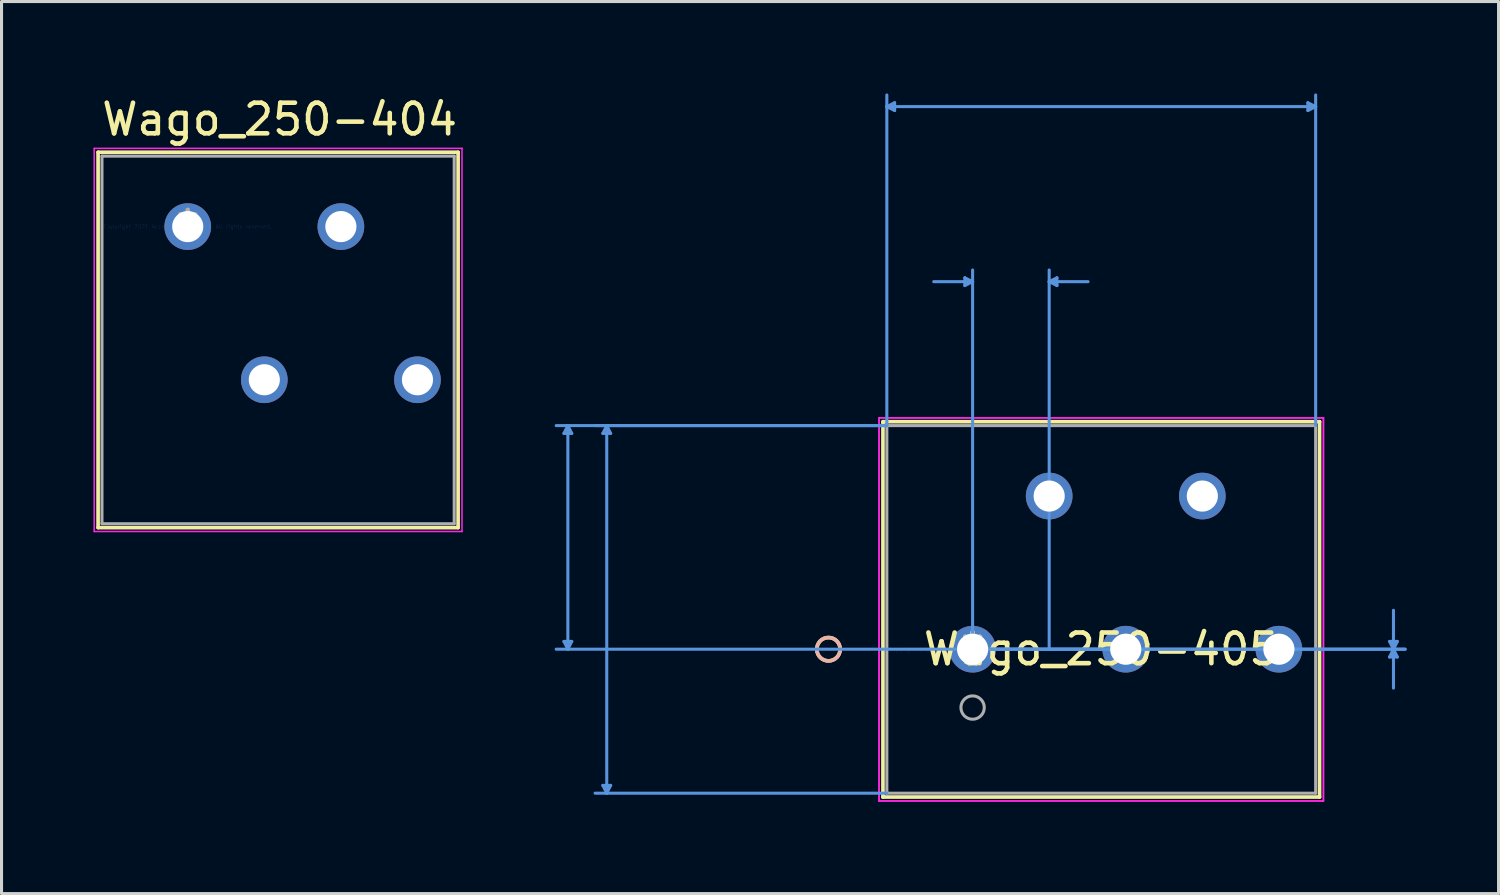
<source format=kicad_pcb>
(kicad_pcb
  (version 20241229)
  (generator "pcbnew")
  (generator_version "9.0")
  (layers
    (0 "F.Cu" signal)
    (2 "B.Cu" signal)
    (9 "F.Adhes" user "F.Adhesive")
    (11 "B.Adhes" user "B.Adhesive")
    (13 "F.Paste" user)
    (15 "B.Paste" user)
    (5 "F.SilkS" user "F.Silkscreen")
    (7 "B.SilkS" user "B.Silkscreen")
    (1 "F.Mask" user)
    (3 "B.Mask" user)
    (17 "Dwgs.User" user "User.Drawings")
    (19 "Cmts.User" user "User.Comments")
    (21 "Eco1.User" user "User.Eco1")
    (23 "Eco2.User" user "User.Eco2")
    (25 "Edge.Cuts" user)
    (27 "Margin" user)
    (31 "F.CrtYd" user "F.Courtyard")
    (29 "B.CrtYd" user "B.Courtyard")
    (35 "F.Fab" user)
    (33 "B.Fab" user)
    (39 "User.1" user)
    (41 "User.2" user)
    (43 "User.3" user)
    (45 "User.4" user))
  (footprint "Wago_250-404"
    (layer "F.Cu")
    (at 3.079 4.348)
    (property "Reference" "Wago_250-404" (at 3 -3.5 0) (layer "F.SilkS") (effects (font (size 1 1) (thickness 0.15))))
    (attr through_hole)
    (fp_line (start -2.927 -2.427) (end -2.927 9.827) (stroke (width 0.12) (type solid)) (layer "F.SilkS"))
    (fp_line (start -2.927 9.827) (end 8.827 9.827) (stroke (width 0.12) (type solid)) (layer "F.SilkS"))
    (fp_line (start 8.827 -2.427) (end -2.927 -2.427) (stroke (width 0.12) (type solid)) (layer "F.SilkS"))
    (fp_line (start 8.827 9.827) (end 8.827 -2.427) (stroke (width 0.12) (type solid)) (layer "F.SilkS"))
    (fp_line (start -3.054 -2.554) (end -3.054 9.954) (stroke (width 0.05) (type solid)) (layer "F.CrtYd"))
    (fp_line (start -3.054 9.954) (end 8.954 9.954) (stroke (width 0.05) (type solid)) (layer "F.CrtYd"))
    (fp_line (start 8.954 -2.554) (end -3.054 -2.554) (stroke (width 0.05) (type solid)) (layer "F.CrtYd"))
    (fp_line (start 8.954 9.954) (end 8.954 -2.554) (stroke (width 0.05) (type solid)) (layer "F.CrtYd"))
    (fp_line (start -2.8 -2.3) (end -2.8 9.7) (stroke (width 0.1) (type solid)) (layer "F.Fab"))
    (fp_line (start -2.8 9.7) (end 8.7 9.7) (stroke (width 0.1) (type solid)) (layer "F.Fab"))
    (fp_line (start 8.7 -2.3) (end -2.8 -2.3) (stroke (width 0.1) (type solid)) (layer "F.Fab"))
    (fp_line (start 8.7 9.7) (end 8.7 -2.3) (stroke (width 0.1) (type solid)) (layer "F.Fab"))
    (fp_text user "Copyright 2021 Accelerated Designs. All rights reserved." (at 0 0 0) (layer "Cmts.User") (effects (font (size 0.127 0.127) (thickness 0.002))))
    (fp_text user "*" (at 0 0 0) (layer "F.Fab") (effects (font (size 1 1) (thickness 0.15))))
    (pad "1" thru_hole circle (at 0 0) (size 1.524 1.524) (drill 1.016) (layers "*.Cu" "*.Mask"))
    (pad "2" thru_hole circle (at 2.5 5) (size 1.524 1.524) (drill 1.016) (layers "*.Cu" "*.Mask"))
    (pad "3" thru_hole circle (at 5 0) (size 1.524 1.524) (drill 1.016) (layers "*.Cu" "*.Mask"))
    (pad "4" thru_hole circle (at 7.5 5) (size 1.524 1.524) (drill 1.016) (layers "*.Cu" "*.Mask")))
  (footprint "Wago_250-405"
    (layer "F.Cu")
    (at 28.703 18.145)
    (property "Reference" "Wago_250-405" (at 4.2 0 0) (layer "F.SilkS") (effects (font (size 1 1) (thickness 0.15))))
    (attr through_hole)
    (fp_line (start -2.927 -7.427) (end -2.927 4.827) (stroke (width 0.12) (type solid)) (layer "F.SilkS"))
    (fp_line (start -2.927 4.827) (end 11.327 4.827) (stroke (width 0.12) (type solid)) (layer "F.SilkS"))
    (fp_line (start 11.327 -7.427) (end -2.927 -7.427) (stroke (width 0.12) (type solid)) (layer "F.SilkS"))
    (fp_line (start 11.327 4.827) (end 11.327 -7.427) (stroke (width 0.12) (type solid)) (layer "F.SilkS"))
    (fp_circle (center -4.705 0) (end -4.324 0) (stroke (width 0.12) (type solid)) (fill no) (layer "F.SilkS"))
    (fp_circle (center -4.705 0) (end -4.324 0) (stroke (width 0.12) (type solid)) (fill no) (layer "B.SilkS"))
    (fp_line (start -13.341 -7.046) (end -13.087 -7.046) (stroke (width 0.1) (type solid)) (layer "Cmts.User"))
    (fp_line (start -13.341 -0.254) (end -13.087 -0.254) (stroke (width 0.1) (type solid)) (layer "Cmts.User"))
    (fp_line (start -13.214 -7.3) (end -13.341 -7.046) (stroke (width 0.1) (type solid)) (layer "Cmts.User"))
    (fp_line (start -13.214 -7.3) (end -13.214 0) (stroke (width 0.1) (type solid)) (layer "Cmts.User"))
    (fp_line (start -13.214 -7.3) (end -13.087 -7.046) (stroke (width 0.1) (type solid)) (layer "Cmts.User"))
    (fp_line (start -13.214 0) (end -13.341 -0.254) (stroke (width 0.1) (type solid)) (layer "Cmts.User"))
    (fp_line (start -13.214 0) (end -13.087 -0.254) (stroke (width 0.1) (type solid)) (layer "Cmts.User"))
    (fp_line (start -12.071 -7.046) (end -11.817 -7.046) (stroke (width 0.1) (type solid)) (layer "Cmts.User"))
    (fp_line (start -12.071 4.446) (end -11.817 4.446) (stroke (width 0.1) (type solid)) (layer "Cmts.User"))
    (fp_line (start -11.944 -7.3) (end -12.071 -7.046) (stroke (width 0.1) (type solid)) (layer "Cmts.User"))
    (fp_line (start -11.944 -7.3) (end -11.944 4.7) (stroke (width 0.1) (type solid)) (layer "Cmts.User"))
    (fp_line (start -11.944 -7.3) (end -11.817 -7.046) (stroke (width 0.1) (type solid)) (layer "Cmts.User"))
    (fp_line (start -11.944 4.7) (end -12.071 4.446) (stroke (width 0.1) (type solid)) (layer "Cmts.User"))
    (fp_line (start -11.944 4.7) (end -11.817 4.446) (stroke (width 0.1) (type solid)) (layer "Cmts.User"))
    (fp_line (start -2.8 -17.714) (end -2.546 -17.841) (stroke (width 0.1) (type solid)) (layer "Cmts.User"))
    (fp_line (start -2.8 -17.714) (end -2.546 -17.587) (stroke (width 0.1) (type solid)) (layer "Cmts.User"))
    (fp_line (start -2.8 -17.714) (end 11.2 -17.714) (stroke (width 0.1) (type solid)) (layer "Cmts.User"))
    (fp_line (start -2.8 -7.3) (end -13.595 -7.3) (stroke (width 0.1) (type solid)) (layer "Cmts.User"))
    (fp_line (start -2.8 -7.3) (end -12.325 -7.3) (stroke (width 0.1) (type solid)) (layer "Cmts.User"))
    (fp_line (start -2.8 -7.3) (end -2.8 -18.095) (stroke (width 0.1) (type solid)) (layer "Cmts.User"))
    (fp_line (start -2.8 4.7) (end -12.325 4.7) (stroke (width 0.1) (type solid)) (layer "Cmts.User"))
    (fp_line (start -2.546 -17.841) (end -2.546 -17.587) (stroke (width 0.1) (type solid)) (layer "Cmts.User"))
    (fp_line (start -0.254 -12.126) (end -0.254 -11.872) (stroke (width 0.1) (type solid)) (layer "Cmts.User"))
    (fp_line (start 0 -11.999) (end -1.27 -11.999) (stroke (width 0.1) (type solid)) (layer "Cmts.User"))
    (fp_line (start 0 -11.999) (end -0.254 -12.126) (stroke (width 0.1) (type solid)) (layer "Cmts.User"))
    (fp_line (start 0 -11.999) (end -0.254 -11.872) (stroke (width 0.1) (type solid)) (layer "Cmts.User"))
    (fp_line (start 0 0) (end 0 -12.38) (stroke (width 0.1) (type solid)) (layer "Cmts.User"))
    (fp_line (start 0 0) (end 14.121 0) (stroke (width 0.1) (type solid)) (layer "Cmts.User"))
    (fp_line (start 0 0) (end 14.121 0) (stroke (width 0.1) (type solid)) (layer "Cmts.User"))
    (fp_line (start 2.5 -11.999) (end 2.754 -12.126) (stroke (width 0.1) (type solid)) (layer "Cmts.User"))
    (fp_line (start 2.5 -11.999) (end 2.754 -11.872) (stroke (width 0.1) (type solid)) (layer "Cmts.User"))
    (fp_line (start 2.5 -11.999) (end 3.77 -11.999) (stroke (width 0.1) (type solid)) (layer "Cmts.User"))
    (fp_line (start 2.5 0) (end 2.5 -12.38) (stroke (width 0.1) (type solid)) (layer "Cmts.User"))
    (fp_line (start 2.754 -12.126) (end 2.754 -11.872) (stroke (width 0.1) (type solid)) (layer "Cmts.User"))
    (fp_line (start 4.2 0) (end -13.595 0) (stroke (width 0.1) (type solid)) (layer "Cmts.User"))
    (fp_line (start 10.946 -17.841) (end 10.946 -17.587) (stroke (width 0.1) (type solid)) (layer "Cmts.User"))
    (fp_line (start 11.2 -17.714) (end 10.946 -17.841) (stroke (width 0.1) (type solid)) (layer "Cmts.User"))
    (fp_line (start 11.2 -17.714) (end 10.946 -17.587) (stroke (width 0.1) (type solid)) (layer "Cmts.User"))
    (fp_line (start 11.2 -7.3) (end 11.2 -18.095) (stroke (width 0.1) (type solid)) (layer "Cmts.User"))
    (fp_line (start 13.613 -0.254) (end 13.867 -0.254) (stroke (width 0.1) (type solid)) (layer "Cmts.User"))
    (fp_line (start 13.613 0.254) (end 13.867 0.254) (stroke (width 0.1) (type solid)) (layer "Cmts.User"))
    (fp_line (start 13.74 0) (end 13.613 -0.254) (stroke (width 0.1) (type solid)) (layer "Cmts.User"))
    (fp_line (start 13.74 0) (end 13.613 0.254) (stroke (width 0.1) (type solid)) (layer "Cmts.User"))
    (fp_line (start 13.74 0) (end 13.74 -1.27) (stroke (width 0.1) (type solid)) (layer "Cmts.User"))
    (fp_line (start 13.74 0) (end 13.74 1.27) (stroke (width 0.1) (type solid)) (layer "Cmts.User"))
    (fp_line (start 13.74 0) (end 13.867 -0.254) (stroke (width 0.1) (type solid)) (layer "Cmts.User"))
    (fp_line (start 13.74 0) (end 13.867 0.254) (stroke (width 0.1) (type solid)) (layer "Cmts.User"))
    (fp_line (start -3.054 -7.554) (end -3.054 4.954) (stroke (width 0.05) (type solid)) (layer "F.CrtYd"))
    (fp_line (start -3.054 -7.554) (end -3.054 4.954) (stroke (width 0.05) (type solid)) (layer "F.CrtYd"))
    (fp_line (start -3.054 4.954) (end 11.454 4.954) (stroke (width 0.05) (type solid)) (layer "F.CrtYd"))
    (fp_line (start -3.054 4.954) (end 11.454 4.954) (stroke (width 0.05) (type solid)) (layer "F.CrtYd"))
    (fp_line (start 11.454 -7.554) (end -3.054 -7.554) (stroke (width 0.05) (type solid)) (layer "F.CrtYd"))
    (fp_line (start 11.454 -7.554) (end -3.054 -7.554) (stroke (width 0.05) (type solid)) (layer "F.CrtYd"))
    (fp_line (start 11.454 4.954) (end 11.454 -7.554) (stroke (width 0.05) (type solid)) (layer "F.CrtYd"))
    (fp_line (start 11.454 4.954) (end 11.454 -7.554) (stroke (width 0.05) (type solid)) (layer "F.CrtYd"))
    (fp_line (start -2.8 -7.3) (end -2.8 4.7) (stroke (width 0.1) (type solid)) (layer "F.Fab"))
    (fp_line (start -2.8 4.7) (end 11.2 4.7) (stroke (width 0.1) (type solid)) (layer "F.Fab"))
    (fp_line (start 11.2 -7.3) (end -2.8 -7.3) (stroke (width 0.1) (type solid)) (layer "F.Fab"))
    (fp_line (start 11.2 4.7) (end 11.2 -7.3) (stroke (width 0.1) (type solid)) (layer "F.Fab"))
    (fp_circle (center 0 1.905) (end 0.381 1.905) (stroke (width 0.1) (type solid)) (fill no) (layer "F.Fab"))
    (fp_text user "*" (at 0 0 0) (layer "F.SilkS") (effects (font (size 1 1) (thickness 0.15))))
    (fp_text user "Copyright 2021 Accelerated Designs. All rights reserved." (at 0 0 0) (layer "Cmts.User") (effects (font (size 0.127 0.127) (thickness 0.002))))
    (fp_text user "*" (at 0 0 0) (layer "F.Fab") (effects (font (size 1 1) (thickness 0.15))))
    (pad "1" thru_hole circle (at 0 0) (size 1.524 1.524) (drill 1.016) (layers "*.Cu" "*.Mask"))
    (pad "2" thru_hole circle (at 2.5 -5) (size 1.524 1.524) (drill 1.016) (layers "*.Cu" "*.Mask"))
    (pad "3" thru_hole circle (at 5 0) (size 1.524 1.524) (drill 1.016) (layers "*.Cu" "*.Mask"))
    (pad "4" thru_hole circle (at 7.5 -5) (size 1.524 1.524) (drill 1.016) (layers "*.Cu" "*.Mask"))
    (pad "5" thru_hole circle (at 10 0) (size 1.524 1.524) (drill 1.016) (layers "*.Cu" "*.Mask")))
  (gr_rect
    (start -3 -3)
    (end 45.874 26.124)
    (stroke (width 0.1) (type default))
    (fill no)
    (layer "Edge.Cuts")))
</source>
